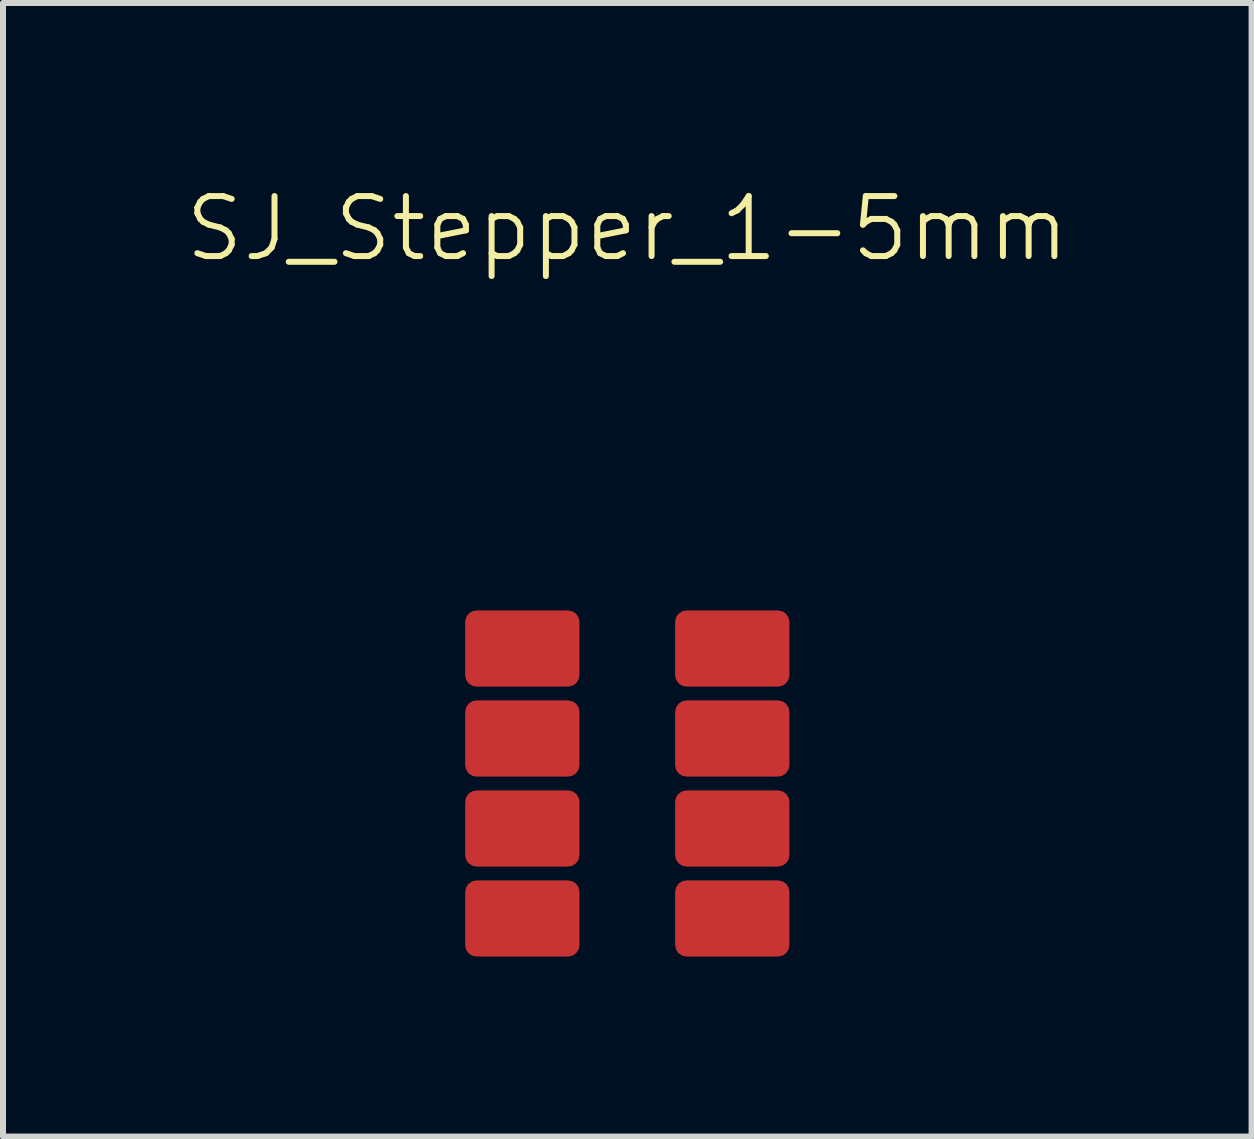
<source format=kicad_pcb>
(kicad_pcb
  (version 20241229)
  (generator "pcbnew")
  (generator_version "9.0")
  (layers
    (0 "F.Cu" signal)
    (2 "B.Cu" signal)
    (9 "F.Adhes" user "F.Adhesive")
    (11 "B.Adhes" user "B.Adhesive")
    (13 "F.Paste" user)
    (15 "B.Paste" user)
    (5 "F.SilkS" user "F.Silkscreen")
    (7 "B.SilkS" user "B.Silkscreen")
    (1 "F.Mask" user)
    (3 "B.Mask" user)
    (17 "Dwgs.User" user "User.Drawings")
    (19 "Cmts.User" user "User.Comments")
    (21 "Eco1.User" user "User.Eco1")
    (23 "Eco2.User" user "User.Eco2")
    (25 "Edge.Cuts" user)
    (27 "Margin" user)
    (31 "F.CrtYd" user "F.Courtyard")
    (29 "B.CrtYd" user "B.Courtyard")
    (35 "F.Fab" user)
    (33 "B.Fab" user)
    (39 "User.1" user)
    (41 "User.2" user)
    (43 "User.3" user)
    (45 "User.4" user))
  (footprint "SJ_Stepper_1-5mm"
    (layer "F.Cu")
    (at 7.407 7.761)
    (property "Reference" "SJ_Stepper_1-5mm" (at 0 -7 0) (unlocked yes) (layer "F.SilkS") (effects (font (size 1 1) (thickness 0.1))))
    (attr smd)
    (pad "1" smd roundrect (at -1.75 0) (size 1.905 1.27) (layers "F.Cu" "F.Mask" "F.Paste") (roundrect_rratio 0.15))
    (pad "2" smd roundrect (at -1.75 1.5) (size 1.905 1.27) (layers "F.Cu" "F.Mask" "F.Paste") (roundrect_rratio 0.15))
    (pad "3" smd roundrect (at -1.75 3) (size 1.905 1.27) (layers "F.Cu" "F.Mask" "F.Paste") (roundrect_rratio 0.15))
    (pad "4" smd roundrect (at -1.75 4.5) (size 1.905 1.27) (layers "F.Cu" "F.Mask" "F.Paste") (roundrect_rratio 0.15))
    (pad "5" smd roundrect (at 1.75 4.5) (size 1.905 1.27) (layers "F.Cu" "F.Mask" "F.Paste") (roundrect_rratio 0.15))
    (pad "6" smd roundrect (at 1.75 3) (size 1.905 1.27) (layers "F.Cu" "F.Mask" "F.Paste") (roundrect_rratio 0.15))
    (pad "7" smd roundrect (at 1.75 1.5) (size 1.905 1.27) (layers "F.Cu" "F.Mask" "F.Paste") (roundrect_rratio 0.15))
    (pad "8" smd roundrect (at 1.75 0) (size 1.905 1.27) (layers "F.Cu" "F.Mask" "F.Paste") (roundrect_rratio 0.15)))
  (gr_rect
    (start -3 -3)
    (end 17.814 15.896)
    (stroke (width 0.1) (type default))
    (fill no)
    (layer "Edge.Cuts")))
</source>
